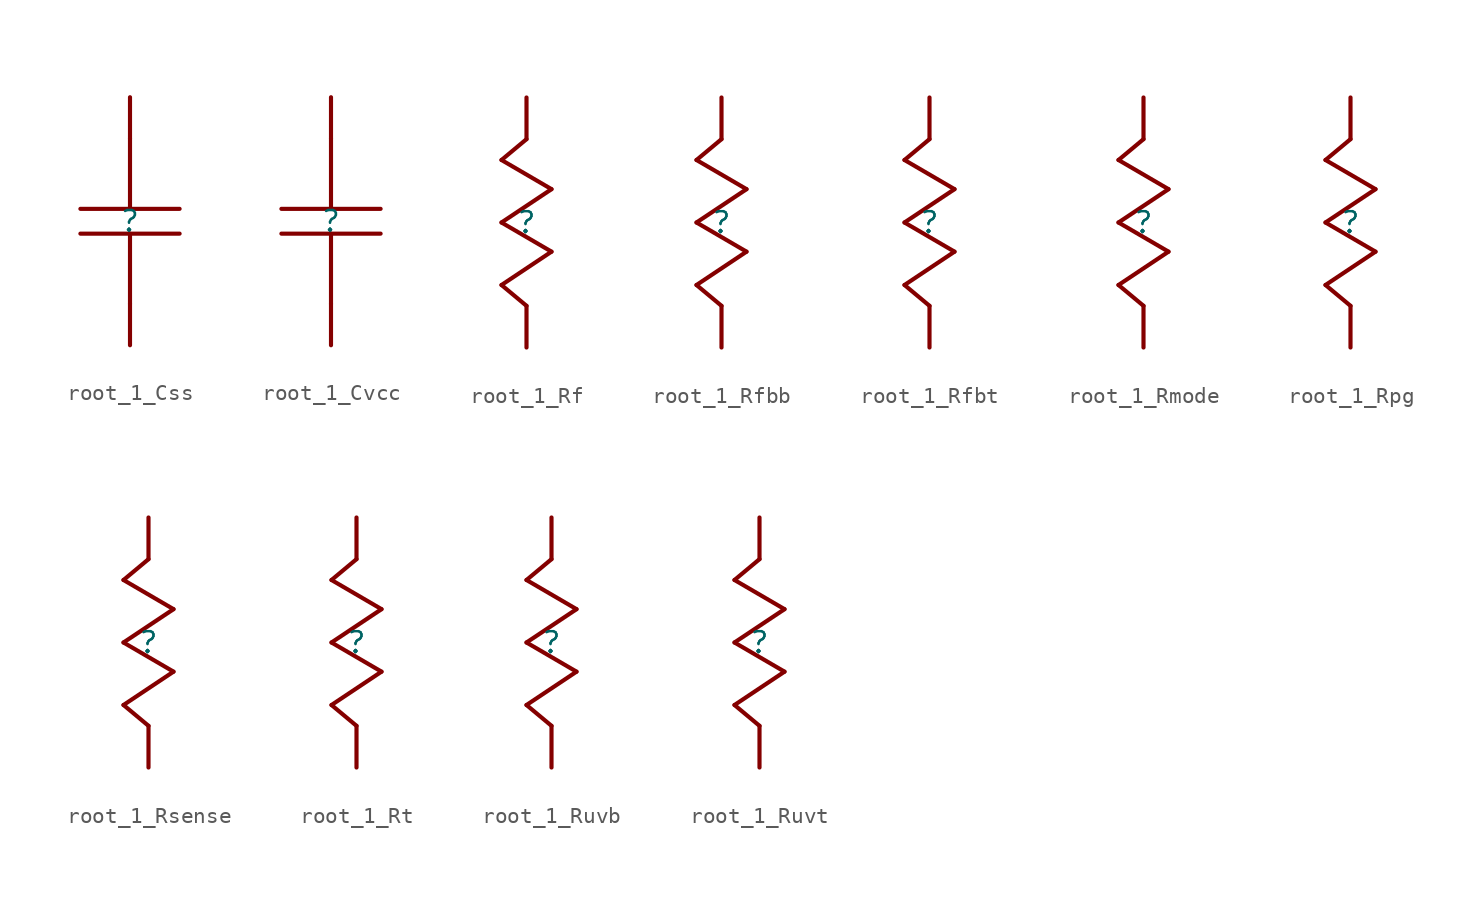
<source format=kicad_sym>
(kicad_symbol_lib
  (version 20231120)
  (generator "kicad_symbol_editor")
  (generator_version "8.0")
  (symbol "root_1_Css"
    (property "Reference" ""
      (at 0 0 0)
      (effects (font (size 1.27 1.27))))
    (property "Value" ""
      (at 0 0 0)
      (effects (font (size 1.27 1.27))))
    (symbol "root_1_Css_1_0"
      (polyline (pts (xy 0 -7.62) (xy 0 -5.08)) (stroke (width 0.254) (type solid)) (fill (type none)))
      (polyline (pts (xy 0 -5.08) (xy 0 -0.762)) (stroke (width 0.254) (type solid)) (fill (type none)))
      (polyline (pts (xy 0 0.762) (xy 0 5.08)) (stroke (width 0.254) (type solid)) (fill (type none)))
      (polyline (pts (xy 0 7.62) (xy 0 5.08)) (stroke (width 0.254) (type solid)) (fill (type none)))
      (polyline (pts (xy 3.048 -0.762) (xy -3.048 -0.762)) (stroke (width 0.254) (type solid)) (fill (type none)))
      (polyline (pts (xy 3.048 0.762) (xy -3.048 0.762)) (stroke (width 0.254) (type solid)) (fill (type none)))
      (pin passive line (at 0 7.62 270) (length 2.54) (name "1" (effects (font (size 0 0)))) (number "1" (effects (font (size 0 0)))))
      (pin passive line (at 0 -7.62 90) (length 2.54) (name "2" (effects (font (size 0 0)))) (number "2" (effects (font (size 0 0)))))))
  (symbol "root_1_Cvcc"
    (property "Reference" ""
      (at 0 0 0)
      (effects (font (size 1.27 1.27))))
    (property "Value" ""
      (at 0 0 0)
      (effects (font (size 1.27 1.27))))
    (symbol "root_1_Cvcc_1_0"
      (polyline (pts (xy 0 -7.62) (xy 0 -5.08)) (stroke (width 0.254) (type solid)) (fill (type none)))
      (polyline (pts (xy 0 -5.08) (xy 0 -0.762)) (stroke (width 0.254) (type solid)) (fill (type none)))
      (polyline (pts (xy 0 0.762) (xy 0 5.08)) (stroke (width 0.254) (type solid)) (fill (type none)))
      (polyline (pts (xy 0 7.62) (xy 0 5.08)) (stroke (width 0.254) (type solid)) (fill (type none)))
      (polyline (pts (xy 3.048 -0.762) (xy -3.048 -0.762)) (stroke (width 0.254) (type solid)) (fill (type none)))
      (polyline (pts (xy 3.048 0.762) (xy -3.048 0.762)) (stroke (width 0.254) (type solid)) (fill (type none)))
      (pin passive line (at 0 7.62 270) (length 2.54) (name "1" (effects (font (size 0 0)))) (number "1" (effects (font (size 0 0)))))
      (pin passive line (at 0 -7.62 90) (length 2.54) (name "2" (effects (font (size 0 0)))) (number "2" (effects (font (size 0 0)))))))
  (symbol "root_1_Rf"
    (property "Reference" ""
      (at 0 0 0)
      (effects (font (size 1.27 1.27))))
    (property "Value" ""
      (at 0 0 0)
      (effects (font (size 1.27 1.27))))
    (symbol "root_1_Rf_1_0"
      (polyline (pts (xy -1.524 -3.81) (xy 0 -5.08)) (stroke (width 0.254) (type solid)) (fill (type none)))
      (polyline (pts (xy -1.524 0) (xy 1.524 -1.778)) (stroke (width 0.254) (type solid)) (fill (type none)))
      (polyline (pts (xy -1.524 3.81) (xy 1.524 2.032)) (stroke (width 0.254) (type solid)) (fill (type none)))
      (polyline (pts (xy 0 -5.08) (xy 0 -7.62)) (stroke (width 0.254) (type solid)) (fill (type none)))
      (polyline (pts (xy 0 5.08) (xy -1.524 3.81)) (stroke (width 0.254) (type solid)) (fill (type none)))
      (polyline (pts (xy 0 7.62) (xy 0 5.08)) (stroke (width 0.254) (type solid)) (fill (type none)))
      (polyline (pts (xy 1.524 -1.778) (xy -1.524 -3.81)) (stroke (width 0.254) (type solid)) (fill (type none)))
      (polyline (pts (xy 1.524 2.032) (xy -1.524 0)) (stroke (width 0.254) (type solid)) (fill (type none)))
      (pin passive line (at 0 7.62 270) (length 2.54) (name "1" (effects (font (size 0 0)))) (number "1" (effects (font (size 0 0)))))
      (pin passive line (at 0 -7.62 90) (length 2.54) (name "2" (effects (font (size 0 0)))) (number "2" (effects (font (size 0 0)))))))
  (symbol "root_1_Rfbb"
    (property "Reference" ""
      (at 0 0 0)
      (effects (font (size 1.27 1.27))))
    (property "Value" ""
      (at 0 0 0)
      (effects (font (size 1.27 1.27))))
    (symbol "root_1_Rfbb_1_0"
      (polyline (pts (xy -1.524 -3.81) (xy 0 -5.08)) (stroke (width 0.254) (type solid)) (fill (type none)))
      (polyline (pts (xy -1.524 0) (xy 1.524 -1.778)) (stroke (width 0.254) (type solid)) (fill (type none)))
      (polyline (pts (xy -1.524 3.81) (xy 1.524 2.032)) (stroke (width 0.254) (type solid)) (fill (type none)))
      (polyline (pts (xy 0 -5.08) (xy 0 -7.62)) (stroke (width 0.254) (type solid)) (fill (type none)))
      (polyline (pts (xy 0 5.08) (xy -1.524 3.81)) (stroke (width 0.254) (type solid)) (fill (type none)))
      (polyline (pts (xy 0 7.62) (xy 0 5.08)) (stroke (width 0.254) (type solid)) (fill (type none)))
      (polyline (pts (xy 1.524 -1.778) (xy -1.524 -3.81)) (stroke (width 0.254) (type solid)) (fill (type none)))
      (polyline (pts (xy 1.524 2.032) (xy -1.524 0)) (stroke (width 0.254) (type solid)) (fill (type none)))
      (pin passive line (at 0 7.62 270) (length 2.54) (name "1" (effects (font (size 0 0)))) (number "1" (effects (font (size 0 0)))))
      (pin passive line (at 0 -7.62 90) (length 2.54) (name "2" (effects (font (size 0 0)))) (number "2" (effects (font (size 0 0)))))))
  (symbol "root_1_Rfbt"
    (property "Reference" ""
      (at 0 0 0)
      (effects (font (size 1.27 1.27))))
    (property "Value" ""
      (at 0 0 0)
      (effects (font (size 1.27 1.27))))
    (symbol "root_1_Rfbt_1_0"
      (polyline (pts (xy -1.524 -3.81) (xy 0 -5.08)) (stroke (width 0.254) (type solid)) (fill (type none)))
      (polyline (pts (xy -1.524 0) (xy 1.524 -1.778)) (stroke (width 0.254) (type solid)) (fill (type none)))
      (polyline (pts (xy -1.524 3.81) (xy 1.524 2.032)) (stroke (width 0.254) (type solid)) (fill (type none)))
      (polyline (pts (xy 0 -5.08) (xy 0 -7.62)) (stroke (width 0.254) (type solid)) (fill (type none)))
      (polyline (pts (xy 0 5.08) (xy -1.524 3.81)) (stroke (width 0.254) (type solid)) (fill (type none)))
      (polyline (pts (xy 0 7.62) (xy 0 5.08)) (stroke (width 0.254) (type solid)) (fill (type none)))
      (polyline (pts (xy 1.524 -1.778) (xy -1.524 -3.81)) (stroke (width 0.254) (type solid)) (fill (type none)))
      (polyline (pts (xy 1.524 2.032) (xy -1.524 0)) (stroke (width 0.254) (type solid)) (fill (type none)))
      (pin passive line (at 0 7.62 270) (length 2.54) (name "1" (effects (font (size 0 0)))) (number "1" (effects (font (size 0 0)))))
      (pin passive line (at 0 -7.62 90) (length 2.54) (name "2" (effects (font (size 0 0)))) (number "2" (effects (font (size 0 0)))))))
  (symbol "root_1_Rmode"
    (property "Reference" ""
      (at 0 0 0)
      (effects (font (size 1.27 1.27))))
    (property "Value" ""
      (at 0 0 0)
      (effects (font (size 1.27 1.27))))
    (symbol "root_1_Rmode_1_0"
      (polyline (pts (xy -1.524 -3.81) (xy 0 -5.08)) (stroke (width 0.254) (type solid)) (fill (type none)))
      (polyline (pts (xy -1.524 0) (xy 1.524 -1.778)) (stroke (width 0.254) (type solid)) (fill (type none)))
      (polyline (pts (xy -1.524 3.81) (xy 1.524 2.032)) (stroke (width 0.254) (type solid)) (fill (type none)))
      (polyline (pts (xy 0 -5.08) (xy 0 -7.62)) (stroke (width 0.254) (type solid)) (fill (type none)))
      (polyline (pts (xy 0 5.08) (xy -1.524 3.81)) (stroke (width 0.254) (type solid)) (fill (type none)))
      (polyline (pts (xy 0 7.62) (xy 0 5.08)) (stroke (width 0.254) (type solid)) (fill (type none)))
      (polyline (pts (xy 1.524 -1.778) (xy -1.524 -3.81)) (stroke (width 0.254) (type solid)) (fill (type none)))
      (polyline (pts (xy 1.524 2.032) (xy -1.524 0)) (stroke (width 0.254) (type solid)) (fill (type none)))
      (pin passive line (at 0 7.62 270) (length 2.54) (name "1" (effects (font (size 0 0)))) (number "1" (effects (font (size 0 0)))))
      (pin passive line (at 0 -7.62 90) (length 2.54) (name "2" (effects (font (size 0 0)))) (number "2" (effects (font (size 0 0)))))))
  (symbol "root_1_Rpg"
    (property "Reference" ""
      (at 0 0 0)
      (effects (font (size 1.27 1.27))))
    (property "Value" ""
      (at 0 0 0)
      (effects (font (size 1.27 1.27))))
    (symbol "root_1_Rpg_1_0"
      (polyline (pts (xy -1.524 -3.81) (xy 0 -5.08)) (stroke (width 0.254) (type solid)) (fill (type none)))
      (polyline (pts (xy -1.524 0) (xy 1.524 -1.778)) (stroke (width 0.254) (type solid)) (fill (type none)))
      (polyline (pts (xy -1.524 3.81) (xy 1.524 2.032)) (stroke (width 0.254) (type solid)) (fill (type none)))
      (polyline (pts (xy 0 -5.08) (xy 0 -7.62)) (stroke (width 0.254) (type solid)) (fill (type none)))
      (polyline (pts (xy 0 5.08) (xy -1.524 3.81)) (stroke (width 0.254) (type solid)) (fill (type none)))
      (polyline (pts (xy 0 7.62) (xy 0 5.08)) (stroke (width 0.254) (type solid)) (fill (type none)))
      (polyline (pts (xy 1.524 -1.778) (xy -1.524 -3.81)) (stroke (width 0.254) (type solid)) (fill (type none)))
      (polyline (pts (xy 1.524 2.032) (xy -1.524 0)) (stroke (width 0.254) (type solid)) (fill (type none)))
      (pin passive line (at 0 7.62 270) (length 2.54) (name "1" (effects (font (size 0 0)))) (number "1" (effects (font (size 0 0)))))
      (pin passive line (at 0 -7.62 90) (length 2.54) (name "2" (effects (font (size 0 0)))) (number "2" (effects (font (size 0 0)))))))
  (symbol "root_1_Rsense"
    (property "Reference" ""
      (at 0 0 0)
      (effects (font (size 1.27 1.27))))
    (property "Value" ""
      (at 0 0 0)
      (effects (font (size 1.27 1.27))))
    (symbol "root_1_Rsense_1_0"
      (polyline (pts (xy -1.524 -3.81) (xy 0 -5.08)) (stroke (width 0.254) (type solid)) (fill (type none)))
      (polyline (pts (xy -1.524 0) (xy 1.524 -1.778)) (stroke (width 0.254) (type solid)) (fill (type none)))
      (polyline (pts (xy -1.524 3.81) (xy 1.524 2.032)) (stroke (width 0.254) (type solid)) (fill (type none)))
      (polyline (pts (xy 0 -5.08) (xy 0 -7.62)) (stroke (width 0.254) (type solid)) (fill (type none)))
      (polyline (pts (xy 0 5.08) (xy -1.524 3.81)) (stroke (width 0.254) (type solid)) (fill (type none)))
      (polyline (pts (xy 0 7.62) (xy 0 5.08)) (stroke (width 0.254) (type solid)) (fill (type none)))
      (polyline (pts (xy 1.524 -1.778) (xy -1.524 -3.81)) (stroke (width 0.254) (type solid)) (fill (type none)))
      (polyline (pts (xy 1.524 2.032) (xy -1.524 0)) (stroke (width 0.254) (type solid)) (fill (type none)))
      (pin passive line (at 0 -7.62 90) (length 2.54) (name "1" (effects (font (size 0 0)))) (number "1" (effects (font (size 0 0)))))
      (pin passive line (at 0 7.62 270) (length 2.54) (name "2" (effects (font (size 0 0)))) (number "2" (effects (font (size 0 0)))))))
  (symbol "root_1_Rt"
    (property "Reference" ""
      (at 0 0 0)
      (effects (font (size 1.27 1.27))))
    (property "Value" ""
      (at 0 0 0)
      (effects (font (size 1.27 1.27))))
    (symbol "root_1_Rt_1_0"
      (polyline (pts (xy -1.524 -3.81) (xy 0 -5.08)) (stroke (width 0.254) (type solid)) (fill (type none)))
      (polyline (pts (xy -1.524 0) (xy 1.524 -1.778)) (stroke (width 0.254) (type solid)) (fill (type none)))
      (polyline (pts (xy -1.524 3.81) (xy 1.524 2.032)) (stroke (width 0.254) (type solid)) (fill (type none)))
      (polyline (pts (xy 0 -5.08) (xy 0 -7.62)) (stroke (width 0.254) (type solid)) (fill (type none)))
      (polyline (pts (xy 0 5.08) (xy -1.524 3.81)) (stroke (width 0.254) (type solid)) (fill (type none)))
      (polyline (pts (xy 0 7.62) (xy 0 5.08)) (stroke (width 0.254) (type solid)) (fill (type none)))
      (polyline (pts (xy 1.524 -1.778) (xy -1.524 -3.81)) (stroke (width 0.254) (type solid)) (fill (type none)))
      (polyline (pts (xy 1.524 2.032) (xy -1.524 0)) (stroke (width 0.254) (type solid)) (fill (type none)))
      (pin passive line (at 0 7.62 270) (length 2.54) (name "1" (effects (font (size 0 0)))) (number "1" (effects (font (size 0 0)))))
      (pin passive line (at 0 -7.62 90) (length 2.54) (name "2" (effects (font (size 0 0)))) (number "2" (effects (font (size 0 0)))))))
  (symbol "root_1_Ruvb"
    (property "Reference" ""
      (at 0 0 0)
      (effects (font (size 1.27 1.27))))
    (property "Value" ""
      (at 0 0 0)
      (effects (font (size 1.27 1.27))))
    (symbol "root_1_Ruvb_1_0"
      (polyline (pts (xy -1.524 -3.81) (xy 0 -5.08)) (stroke (width 0.254) (type solid)) (fill (type none)))
      (polyline (pts (xy -1.524 0) (xy 1.524 -1.778)) (stroke (width 0.254) (type solid)) (fill (type none)))
      (polyline (pts (xy -1.524 3.81) (xy 1.524 2.032)) (stroke (width 0.254) (type solid)) (fill (type none)))
      (polyline (pts (xy 0 -5.08) (xy 0 -7.62)) (stroke (width 0.254) (type solid)) (fill (type none)))
      (polyline (pts (xy 0 5.08) (xy -1.524 3.81)) (stroke (width 0.254) (type solid)) (fill (type none)))
      (polyline (pts (xy 0 7.62) (xy 0 5.08)) (stroke (width 0.254) (type solid)) (fill (type none)))
      (polyline (pts (xy 1.524 -1.778) (xy -1.524 -3.81)) (stroke (width 0.254) (type solid)) (fill (type none)))
      (polyline (pts (xy 1.524 2.032) (xy -1.524 0)) (stroke (width 0.254) (type solid)) (fill (type none)))
      (pin passive line (at 0 7.62 270) (length 2.54) (name "1" (effects (font (size 0 0)))) (number "1" (effects (font (size 0 0)))))
      (pin passive line (at 0 -7.62 90) (length 2.54) (name "2" (effects (font (size 0 0)))) (number "2" (effects (font (size 0 0)))))))
  (symbol "root_1_Ruvt"
    (property "Reference" ""
      (at 0 0 0)
      (effects (font (size 1.27 1.27))))
    (property "Value" ""
      (at 0 0 0)
      (effects (font (size 1.27 1.27))))
    (symbol "root_1_Ruvt_1_0"
      (polyline (pts (xy -1.524 -3.81) (xy 0 -5.08)) (stroke (width 0.254) (type solid)) (fill (type none)))
      (polyline (pts (xy -1.524 0) (xy 1.524 -1.778)) (stroke (width 0.254) (type solid)) (fill (type none)))
      (polyline (pts (xy -1.524 3.81) (xy 1.524 2.032)) (stroke (width 0.254) (type solid)) (fill (type none)))
      (polyline (pts (xy 0 -5.08) (xy 0 -7.62)) (stroke (width 0.254) (type solid)) (fill (type none)))
      (polyline (pts (xy 0 5.08) (xy -1.524 3.81)) (stroke (width 0.254) (type solid)) (fill (type none)))
      (polyline (pts (xy 0 7.62) (xy 0 5.08)) (stroke (width 0.254) (type solid)) (fill (type none)))
      (polyline (pts (xy 1.524 -1.778) (xy -1.524 -3.81)) (stroke (width 0.254) (type solid)) (fill (type none)))
      (polyline (pts (xy 1.524 2.032) (xy -1.524 0)) (stroke (width 0.254) (type solid)) (fill (type none)))
      (pin passive line (at 0 7.62 270) (length 2.54) (name "1" (effects (font (size 0 0)))) (number "1" (effects (font (size 0 0)))))
      (pin passive line (at 0 -7.62 90) (length 2.54) (name "2" (effects (font (size 0 0)))) (number "2" (effects (font (size 0 0))))))))
</source>
